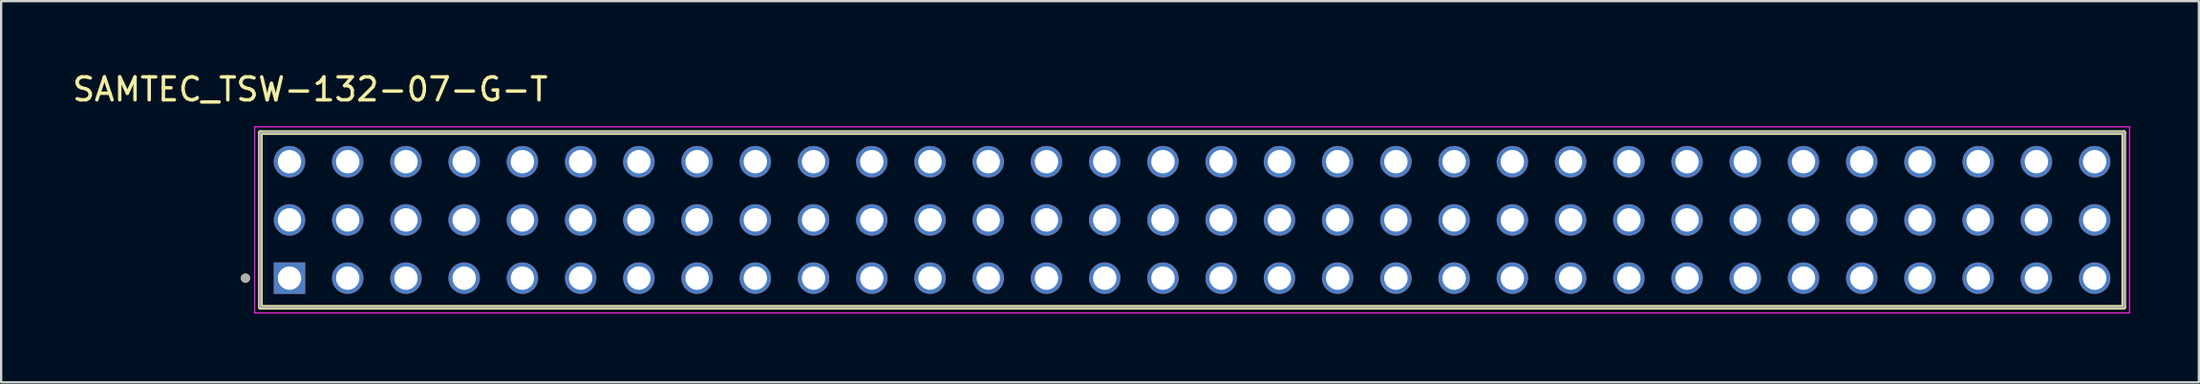
<source format=kicad_pcb>
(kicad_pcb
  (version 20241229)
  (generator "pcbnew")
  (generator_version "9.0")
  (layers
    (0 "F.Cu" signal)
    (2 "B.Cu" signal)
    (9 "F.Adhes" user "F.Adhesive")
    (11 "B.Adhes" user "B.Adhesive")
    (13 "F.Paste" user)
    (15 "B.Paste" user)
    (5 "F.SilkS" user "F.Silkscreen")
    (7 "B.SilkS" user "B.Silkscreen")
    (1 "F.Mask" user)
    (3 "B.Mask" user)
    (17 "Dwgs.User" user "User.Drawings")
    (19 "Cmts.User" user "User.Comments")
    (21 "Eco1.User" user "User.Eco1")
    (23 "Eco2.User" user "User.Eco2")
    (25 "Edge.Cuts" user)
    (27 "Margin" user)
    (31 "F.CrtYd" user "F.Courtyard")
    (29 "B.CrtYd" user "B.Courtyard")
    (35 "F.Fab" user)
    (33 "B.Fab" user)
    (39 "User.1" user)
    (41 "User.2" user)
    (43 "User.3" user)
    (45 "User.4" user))
  (footprint "SAMTEC_TSW-132-07-G-T"
    (layer "F.Cu")
    (at 48.947 6.543)
    (property "Reference" "SAMTEC_TSW-132-07-G-T" (at -38.465 -5.695 0) (layer "F.SilkS") (effects (font (size 1 1) (thickness 0.15))))
    (attr through_hole)
    (fp_line (start -40.64 3.81) (end -40.64 -3.81) (stroke (width 0.2) (type solid)) (layer "F.SilkS"))
    (fp_line (start 40.64 -3.81) (end -40.64 -3.81) (stroke (width 0.2) (type solid)) (layer "F.SilkS"))
    (fp_line (start 40.64 -3.81) (end 40.64 3.81) (stroke (width 0.2) (type solid)) (layer "F.SilkS"))
    (fp_line (start 40.64 3.81) (end -40.64 3.81) (stroke (width 0.2) (type solid)) (layer "F.SilkS"))
    (fp_circle (center -41.29 2.54) (end -41.19 2.54) (stroke (width 0.2) (type solid)) (fill no) (layer "F.SilkS"))
    (fp_line (start -40.89 -4.06) (end 40.89 -4.06) (stroke (width 0.05) (type solid)) (layer "F.CrtYd"))
    (fp_line (start -40.89 4.06) (end -40.89 -4.06) (stroke (width 0.05) (type solid)) (layer "F.CrtYd"))
    (fp_line (start 40.89 -4.06) (end 40.89 4.06) (stroke (width 0.05) (type solid)) (layer "F.CrtYd"))
    (fp_line (start 40.89 4.06) (end -40.89 4.06) (stroke (width 0.05) (type solid)) (layer "F.CrtYd"))
    (fp_line (start -40.64 -3.81) (end 40.64 -3.81) (stroke (width 0.1) (type solid)) (layer "F.Fab"))
    (fp_line (start -40.64 -3.81) (end 40.64 -3.81) (stroke (width 0.1) (type solid)) (layer "F.Fab"))
    (fp_line (start -40.64 3.81) (end -40.64 -3.81) (stroke (width 0.1) (type solid)) (layer "F.Fab"))
    (fp_line (start -40.64 3.81) (end -40.64 -3.81) (stroke (width 0.1) (type solid)) (layer "F.Fab"))
    (fp_line (start 40.64 -3.81) (end 40.64 3.81) (stroke (width 0.1) (type solid)) (layer "F.Fab"))
    (fp_line (start 40.64 -3.81) (end 40.64 3.81) (stroke (width 0.1) (type solid)) (layer "F.Fab"))
    (fp_line (start 40.64 3.81) (end -40.64 3.81) (stroke (width 0.1) (type solid)) (layer "F.Fab"))
    (fp_circle (center -41.29 2.54) (end -41.19 2.54) (stroke (width 0.2) (type solid)) (fill no) (layer "F.Fab"))
    (pad "01" thru_hole rect (at -39.37 2.54) (size 1.37 1.37) (drill 1.02) (layers "*.Cu" "*.Mask"))
    (pad "02" thru_hole circle (at -39.37 0) (size 1.37 1.37) (drill 1.02) (layers "*.Cu" "*.Mask"))
    (pad "03" thru_hole circle (at -39.37 -2.54) (size 1.37 1.37) (drill 1.02) (layers "*.Cu" "*.Mask"))
    (pad "04" thru_hole circle (at -36.83 2.54) (size 1.37 1.37) (drill 1.02) (layers "*.Cu" "*.Mask"))
    (pad "05" thru_hole circle (at -36.83 0) (size 1.37 1.37) (drill 1.02) (layers "*.Cu" "*.Mask"))
    (pad "06" thru_hole circle (at -36.83 -2.54) (size 1.37 1.37) (drill 1.02) (layers "*.Cu" "*.Mask"))
    (pad "07" thru_hole circle (at -34.29 2.54) (size 1.37 1.37) (drill 1.02) (layers "*.Cu" "*.Mask"))
    (pad "08" thru_hole circle (at -34.29 0) (size 1.37 1.37) (drill 1.02) (layers "*.Cu" "*.Mask"))
    (pad "09" thru_hole circle (at -34.29 -2.54) (size 1.37 1.37) (drill 1.02) (layers "*.Cu" "*.Mask"))
    (pad "10" thru_hole circle (at -31.75 2.54) (size 1.37 1.37) (drill 1.02) (layers "*.Cu" "*.Mask"))
    (pad "11" thru_hole circle (at -31.75 0) (size 1.37 1.37) (drill 1.02) (layers "*.Cu" "*.Mask"))
    (pad "12" thru_hole circle (at -31.75 -2.54) (size 1.37 1.37) (drill 1.02) (layers "*.Cu" "*.Mask"))
    (pad "13" thru_hole circle (at -29.21 2.54) (size 1.37 1.37) (drill 1.02) (layers "*.Cu" "*.Mask"))
    (pad "14" thru_hole circle (at -29.21 0) (size 1.37 1.37) (drill 1.02) (layers "*.Cu" "*.Mask"))
    (pad "15" thru_hole circle (at -29.21 -2.54) (size 1.37 1.37) (drill 1.02) (layers "*.Cu" "*.Mask"))
    (pad "16" thru_hole circle (at -26.67 2.54) (size 1.37 1.37) (drill 1.02) (layers "*.Cu" "*.Mask"))
    (pad "17" thru_hole circle (at -26.67 0) (size 1.37 1.37) (drill 1.02) (layers "*.Cu" "*.Mask"))
    (pad "18" thru_hole circle (at -26.67 -2.54) (size 1.37 1.37) (drill 1.02) (layers "*.Cu" "*.Mask"))
    (pad "19" thru_hole circle (at -24.13 2.54) (size 1.37 1.37) (drill 1.02) (layers "*.Cu" "*.Mask"))
    (pad "20" thru_hole circle (at -24.13 0) (size 1.37 1.37) (drill 1.02) (layers "*.Cu" "*.Mask"))
    (pad "21" thru_hole circle (at -24.13 -2.54) (size 1.37 1.37) (drill 1.02) (layers "*.Cu" "*.Mask"))
    (pad "22" thru_hole circle (at -21.59 2.54) (size 1.37 1.37) (drill 1.02) (layers "*.Cu" "*.Mask"))
    (pad "23" thru_hole circle (at -21.59 0) (size 1.37 1.37) (drill 1.02) (layers "*.Cu" "*.Mask"))
    (pad "24" thru_hole circle (at -21.59 -2.54) (size 1.37 1.37) (drill 1.02) (layers "*.Cu" "*.Mask"))
    (pad "25" thru_hole circle (at -19.05 2.54) (size 1.37 1.37) (drill 1.02) (layers "*.Cu" "*.Mask"))
    (pad "26" thru_hole circle (at -19.05 0) (size 1.37 1.37) (drill 1.02) (layers "*.Cu" "*.Mask"))
    (pad "27" thru_hole circle (at -19.05 -2.54) (size 1.37 1.37) (drill 1.02) (layers "*.Cu" "*.Mask"))
    (pad "28" thru_hole circle (at -16.51 2.54) (size 1.37 1.37) (drill 1.02) (layers "*.Cu" "*.Mask"))
    (pad "29" thru_hole circle (at -16.51 0) (size 1.37 1.37) (drill 1.02) (layers "*.Cu" "*.Mask"))
    (pad "30" thru_hole circle (at -16.51 -2.54) (size 1.37 1.37) (drill 1.02) (layers "*.Cu" "*.Mask"))
    (pad "31" thru_hole circle (at -13.97 2.54) (size 1.37 1.37) (drill 1.02) (layers "*.Cu" "*.Mask"))
    (pad "32" thru_hole circle (at -13.97 0) (size 1.37 1.37) (drill 1.02) (layers "*.Cu" "*.Mask"))
    (pad "33" thru_hole circle (at -13.97 -2.54) (size 1.37 1.37) (drill 1.02) (layers "*.Cu" "*.Mask"))
    (pad "34" thru_hole circle (at -11.43 2.54) (size 1.37 1.37) (drill 1.02) (layers "*.Cu" "*.Mask"))
    (pad "35" thru_hole circle (at -11.43 0) (size 1.37 1.37) (drill 1.02) (layers "*.Cu" "*.Mask"))
    (pad "36" thru_hole circle (at -11.43 -2.54) (size 1.37 1.37) (drill 1.02) (layers "*.Cu" "*.Mask"))
    (pad "37" thru_hole circle (at -8.89 2.54) (size 1.37 1.37) (drill 1.02) (layers "*.Cu" "*.Mask"))
    (pad "38" thru_hole circle (at -8.89 0) (size 1.37 1.37) (drill 1.02) (layers "*.Cu" "*.Mask"))
    (pad "39" thru_hole circle (at -8.89 -2.54) (size 1.37 1.37) (drill 1.02) (layers "*.Cu" "*.Mask"))
    (pad "40" thru_hole circle (at -6.35 2.54) (size 1.37 1.37) (drill 1.02) (layers "*.Cu" "*.Mask"))
    (pad "41" thru_hole circle (at -6.35 0) (size 1.37 1.37) (drill 1.02) (layers "*.Cu" "*.Mask"))
    (pad "42" thru_hole circle (at -6.35 -2.54) (size 1.37 1.37) (drill 1.02) (layers "*.Cu" "*.Mask"))
    (pad "43" thru_hole circle (at -3.81 2.54) (size 1.37 1.37) (drill 1.02) (layers "*.Cu" "*.Mask"))
    (pad "44" thru_hole circle (at -3.81 0) (size 1.37 1.37) (drill 1.02) (layers "*.Cu" "*.Mask"))
    (pad "45" thru_hole circle (at -3.81 -2.54) (size 1.37 1.37) (drill 1.02) (layers "*.Cu" "*.Mask"))
    (pad "46" thru_hole circle (at -1.27 2.54) (size 1.37 1.37) (drill 1.02) (layers "*.Cu" "*.Mask"))
    (pad "47" thru_hole circle (at -1.27 0) (size 1.37 1.37) (drill 1.02) (layers "*.Cu" "*.Mask"))
    (pad "48" thru_hole circle (at -1.27 -2.54) (size 1.37 1.37) (drill 1.02) (layers "*.Cu" "*.Mask"))
    (pad "49" thru_hole circle (at 1.27 2.54) (size 1.37 1.37) (drill 1.02) (layers "*.Cu" "*.Mask"))
    (pad "50" thru_hole circle (at 1.27 0) (size 1.37 1.37) (drill 1.02) (layers "*.Cu" "*.Mask"))
    (pad "51" thru_hole circle (at 1.27 -2.54) (size 1.37 1.37) (drill 1.02) (layers "*.Cu" "*.Mask"))
    (pad "52" thru_hole circle (at 3.81 2.54) (size 1.37 1.37) (drill 1.02) (layers "*.Cu" "*.Mask"))
    (pad "53" thru_hole circle (at 3.81 0) (size 1.37 1.37) (drill 1.02) (layers "*.Cu" "*.Mask"))
    (pad "54" thru_hole circle (at 3.81 -2.54) (size 1.37 1.37) (drill 1.02) (layers "*.Cu" "*.Mask"))
    (pad "55" thru_hole circle (at 6.35 2.54) (size 1.37 1.37) (drill 1.02) (layers "*.Cu" "*.Mask"))
    (pad "56" thru_hole circle (at 6.35 0) (size 1.37 1.37) (drill 1.02) (layers "*.Cu" "*.Mask"))
    (pad "57" thru_hole circle (at 6.35 -2.54) (size 1.37 1.37) (drill 1.02) (layers "*.Cu" "*.Mask"))
    (pad "58" thru_hole circle (at 8.89 2.54) (size 1.37 1.37) (drill 1.02) (layers "*.Cu" "*.Mask"))
    (pad "59" thru_hole circle (at 8.89 0) (size 1.37 1.37) (drill 1.02) (layers "*.Cu" "*.Mask"))
    (pad "60" thru_hole circle (at 8.89 -2.54) (size 1.37 1.37) (drill 1.02) (layers "*.Cu" "*.Mask"))
    (pad "61" thru_hole circle (at 11.43 2.54) (size 1.37 1.37) (drill 1.02) (layers "*.Cu" "*.Mask"))
    (pad "62" thru_hole circle (at 11.43 0) (size 1.37 1.37) (drill 1.02) (layers "*.Cu" "*.Mask"))
    (pad "63" thru_hole circle (at 11.43 -2.54) (size 1.37 1.37) (drill 1.02) (layers "*.Cu" "*.Mask"))
    (pad "64" thru_hole circle (at 13.97 2.54) (size 1.37 1.37) (drill 1.02) (layers "*.Cu" "*.Mask"))
    (pad "65" thru_hole circle (at 13.97 0) (size 1.37 1.37) (drill 1.02) (layers "*.Cu" "*.Mask"))
    (pad "66" thru_hole circle (at 13.97 -2.54) (size 1.37 1.37) (drill 1.02) (layers "*.Cu" "*.Mask"))
    (pad "67" thru_hole circle (at 16.51 2.54) (size 1.37 1.37) (drill 1.02) (layers "*.Cu" "*.Mask"))
    (pad "68" thru_hole circle (at 16.51 0) (size 1.37 1.37) (drill 1.02) (layers "*.Cu" "*.Mask"))
    (pad "69" thru_hole circle (at 16.51 -2.54) (size 1.37 1.37) (drill 1.02) (layers "*.Cu" "*.Mask"))
    (pad "70" thru_hole circle (at 19.05 2.54) (size 1.37 1.37) (drill 1.02) (layers "*.Cu" "*.Mask"))
    (pad "71" thru_hole circle (at 19.05 0) (size 1.37 1.37) (drill 1.02) (layers "*.Cu" "*.Mask"))
    (pad "72" thru_hole circle (at 19.05 -2.54) (size 1.37 1.37) (drill 1.02) (layers "*.Cu" "*.Mask"))
    (pad "73" thru_hole circle (at 21.59 2.54) (size 1.37 1.37) (drill 1.02) (layers "*.Cu" "*.Mask"))
    (pad "74" thru_hole circle (at 21.59 0) (size 1.37 1.37) (drill 1.02) (layers "*.Cu" "*.Mask"))
    (pad "75" thru_hole circle (at 21.59 -2.54) (size 1.37 1.37) (drill 1.02) (layers "*.Cu" "*.Mask"))
    (pad "76" thru_hole circle (at 24.13 2.54) (size 1.37 1.37) (drill 1.02) (layers "*.Cu" "*.Mask"))
    (pad "77" thru_hole circle (at 24.13 0) (size 1.37 1.37) (drill 1.02) (layers "*.Cu" "*.Mask"))
    (pad "78" thru_hole circle (at 24.13 -2.54) (size 1.37 1.37) (drill 1.02) (layers "*.Cu" "*.Mask"))
    (pad "79" thru_hole circle (at 26.67 2.54) (size 1.37 1.37) (drill 1.02) (layers "*.Cu" "*.Mask"))
    (pad "80" thru_hole circle (at 26.67 0) (size 1.37 1.37) (drill 1.02) (layers "*.Cu" "*.Mask"))
    (pad "81" thru_hole circle (at 26.67 -2.54) (size 1.37 1.37) (drill 1.02) (layers "*.Cu" "*.Mask"))
    (pad "82" thru_hole circle (at 29.21 2.54) (size 1.37 1.37) (drill 1.02) (layers "*.Cu" "*.Mask"))
    (pad "83" thru_hole circle (at 29.21 0) (size 1.37 1.37) (drill 1.02) (layers "*.Cu" "*.Mask"))
    (pad "84" thru_hole circle (at 29.21 -2.54) (size 1.37 1.37) (drill 1.02) (layers "*.Cu" "*.Mask"))
    (pad "85" thru_hole circle (at 31.75 2.54) (size 1.37 1.37) (drill 1.02) (layers "*.Cu" "*.Mask"))
    (pad "86" thru_hole circle (at 31.75 0) (size 1.37 1.37) (drill 1.02) (layers "*.Cu" "*.Mask"))
    (pad "87" thru_hole circle (at 31.75 -2.54) (size 1.37 1.37) (drill 1.02) (layers "*.Cu" "*.Mask"))
    (pad "88" thru_hole circle (at 34.29 2.54) (size 1.37 1.37) (drill 1.02) (layers "*.Cu" "*.Mask"))
    (pad "89" thru_hole circle (at 34.29 0) (size 1.37 1.37) (drill 1.02) (layers "*.Cu" "*.Mask"))
    (pad "90" thru_hole circle (at 34.29 -2.54) (size 1.37 1.37) (drill 1.02) (layers "*.Cu" "*.Mask"))
    (pad "91" thru_hole circle (at 36.83 2.54) (size 1.37 1.37) (drill 1.02) (layers "*.Cu" "*.Mask"))
    (pad "92" thru_hole circle (at 36.83 0) (size 1.37 1.37) (drill 1.02) (layers "*.Cu" "*.Mask"))
    (pad "93" thru_hole circle (at 36.83 -2.54) (size 1.37 1.37) (drill 1.02) (layers "*.Cu" "*.Mask"))
    (pad "94" thru_hole circle (at 39.37 2.54) (size 1.37 1.37) (drill 1.02) (layers "*.Cu" "*.Mask"))
    (pad "95" thru_hole circle (at 39.37 0) (size 1.37 1.37) (drill 1.02) (layers "*.Cu" "*.Mask"))
    (pad "96" thru_hole circle (at 39.37 -2.54) (size 1.37 1.37) (drill 1.02) (layers "*.Cu" "*.Mask")))
  (gr_rect
    (start -3 -3)
    (end 92.862 13.628)
    (stroke (width 0.1) (type default))
    (fill no)
    (layer "Edge.Cuts")))
</source>
